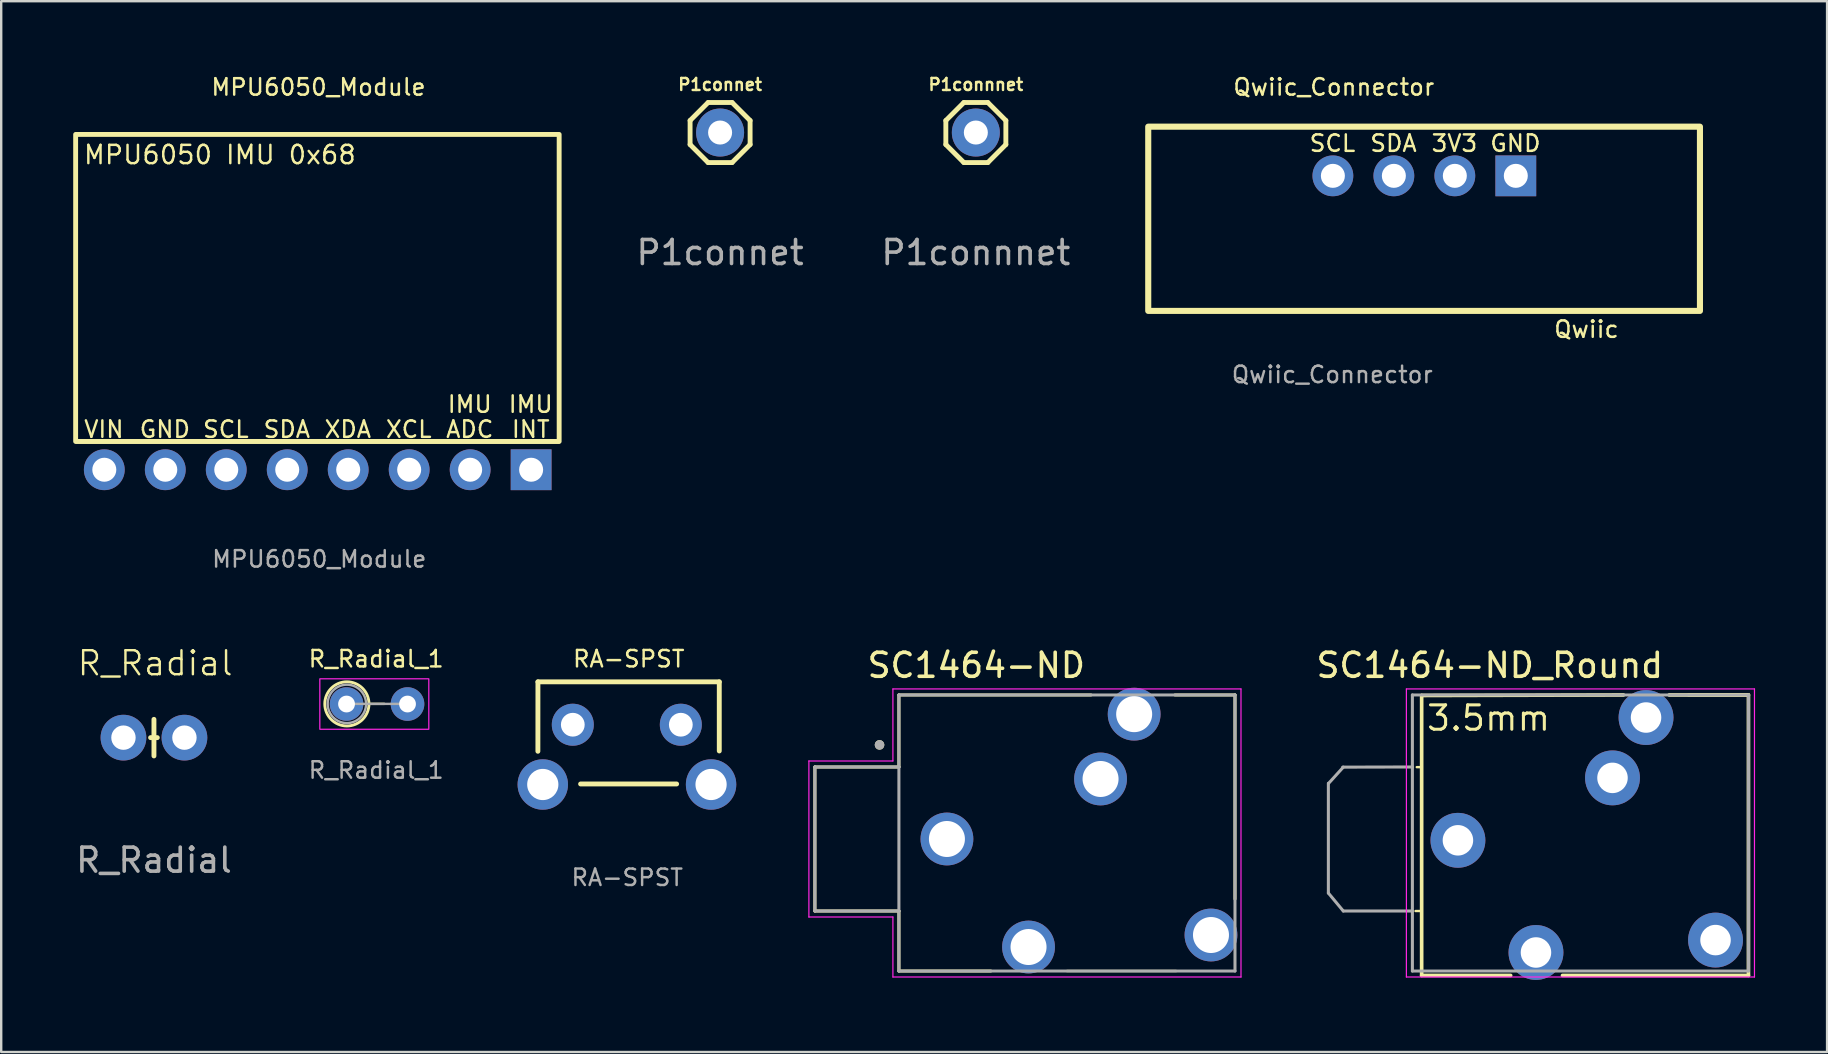
<source format=kicad_pcb>
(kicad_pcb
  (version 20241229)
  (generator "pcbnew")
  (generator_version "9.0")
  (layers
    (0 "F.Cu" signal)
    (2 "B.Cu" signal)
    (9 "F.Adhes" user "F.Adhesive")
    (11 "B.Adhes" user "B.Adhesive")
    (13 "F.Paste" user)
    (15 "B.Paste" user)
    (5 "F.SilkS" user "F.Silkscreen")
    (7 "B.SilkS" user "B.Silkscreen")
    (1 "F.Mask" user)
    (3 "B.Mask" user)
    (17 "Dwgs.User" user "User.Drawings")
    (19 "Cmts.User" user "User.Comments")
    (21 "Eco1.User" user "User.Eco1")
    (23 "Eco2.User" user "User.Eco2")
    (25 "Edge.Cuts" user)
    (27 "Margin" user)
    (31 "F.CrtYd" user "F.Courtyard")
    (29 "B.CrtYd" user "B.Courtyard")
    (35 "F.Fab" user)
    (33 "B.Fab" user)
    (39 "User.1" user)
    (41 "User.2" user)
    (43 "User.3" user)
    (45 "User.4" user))
  (footprint "Qwiic_Connector"
    (layer "F.Cu")
    (at 52.474 4.275)
    (property "Reference" "Qwiic_Connector" (at 0.038 -3.696 0) (unlocked yes) (layer "F.SilkS") (effects (font (size 0.686 0.686) (thickness 0.102))))
    (attr smd)
    (fp_rect (start -7.692 -2.048) (end 15.291 5.626) (stroke (width 0.254) (type solid)) (fill no) (layer "F.SilkS"))
    (fp_text user "SCL" (at -1.031 -0.953 0) (unlocked yes) (layer "F.SilkS") (effects (font (size 0.686 0.686) (thickness 0.102)) (justify left bottom)))
    (fp_text user "Qwiic" (at 9.157 6.795 0) (unlocked yes) (layer "F.SilkS") (effects (font (size 0.686 0.686) (thickness 0.102)) (justify left bottom)))
    (fp_text user "SDA" (at 1.493 -0.953 0) (unlocked yes) (layer "F.SilkS") (effects (font (size 0.686 0.686) (thickness 0.102)) (justify left bottom)))
    (fp_text user "GND" (at 6.491 -0.953 0) (unlocked yes) (layer "F.SilkS") (effects (font (size 0.686 0.686) (thickness 0.102)) (justify left bottom)))
    (fp_text user "3V3" (at 4.049 -0.953 0) (unlocked yes) (layer "F.SilkS") (effects (font (size 0.686 0.686) (thickness 0.102)) (justify left bottom)))
    (fp_text user "${REFERENCE}" (at -0.025 8.28 0) (unlocked yes) (layer "F.Fab") (effects (font (size 0.686 0.686) (thickness 0.102))))
    (pad "1" thru_hole circle (at 0 0 90) (size 1.7 1.7) (drill 1) (layers "*.Cu" "*.Mask"))
    (pad "2" thru_hole oval (at 2.54 0 90) (size 1.7 1.7) (drill 1) (layers "*.Cu" "*.Mask"))
    (pad "3" thru_hole oval (at 5.08 0 90) (size 1.7 1.7) (drill 1) (layers "*.Cu" "*.Mask"))
    (pad "4" thru_hole rect (at 7.62 0 90) (size 1.7 1.7) (drill 1) (layers "*.Cu" "*.Mask")))
  (footprint "P1connnet"
    (layer "F.Cu")
    (at 37.601 2.471)
    (property "Reference" "P1connnet" (at 0 -2 0) (unlocked yes) (layer "F.SilkS") (effects (font (size 0.5 0.5) (thickness 0.102))))
    (attr through_hole)
    (fp_line (start -1.25 -0.5) (end -0.5 -1.25) (stroke (width 0.203) (type solid)) (layer "F.SilkS"))
    (fp_line (start -1.25 0.5) (end -1.25 -0.5) (stroke (width 0.203) (type solid)) (layer "F.SilkS"))
    (fp_line (start -0.5 -1.25) (end 0.5 -1.25) (stroke (width 0.203) (type solid)) (layer "F.SilkS"))
    (fp_line (start -0.5 1.25) (end -1.25 0.5) (stroke (width 0.203) (type solid)) (layer "F.SilkS"))
    (fp_line (start 0.5 -1.25) (end 1.25 -0.5) (stroke (width 0.203) (type solid)) (layer "F.SilkS"))
    (fp_line (start 0.5 1.25) (end -0.5 1.25) (stroke (width 0.203) (type solid)) (layer "F.SilkS"))
    (fp_line (start 1.25 -0.5) (end 1.25 0.5) (stroke (width 0.203) (type solid)) (layer "F.SilkS"))
    (fp_line (start 1.25 0.5) (end 0.5 1.25) (stroke (width 0.203) (type solid)) (layer "F.SilkS"))
    (fp_text user "${REFERENCE}" (at 0 5 0) (unlocked yes) (layer "F.Fab") (effects (font (size 1 1) (thickness 0.15))))
    (pad "1" thru_hole circle (at 0 0) (size 2 2) (drill 1) (layers "*.Cu" "*.Mask")))
  (footprint "MPU6050_Module"
    (layer "F.Cu")
    (at 10.198 13.915)
    (property "Reference" "MPU6050_Module" (at 0.019 -13.335 0) (unlocked yes) (layer "F.SilkS") (effects (font (size 0.686 0.686) (thickness 0.102))))
    (attr smd)
    (fp_line (start -10.071 1.473) (end 10.033 1.473) (stroke (width 0.1) (type solid)) (layer "F.SilkS"))
    (fp_rect (start -10.097 -11.365) (end 10.045 1.424) (stroke (width 0.203) (type solid)) (fill no) (layer "F.SilkS"))
    (fp_text user "SCL" (at -4.854 1.321 0) (unlocked yes) (layer "F.SilkS") (effects (font (size 0.686 0.686) (thickness 0.102)) (justify left bottom)))
    (fp_text user "XCL" (at 2.766 1.321 0) (unlocked yes) (layer "F.SilkS") (effects (font (size 0.686 0.686) (thickness 0.102)) (justify left bottom)))
    (fp_text user "SDA" (at -2.33 1.321 0) (unlocked yes) (layer "F.SilkS") (effects (font (size 0.686 0.686) (thickness 0.102)) (justify left bottom)))
    (fp_text user "GND" (at -7.492 1.321 0) (unlocked yes) (layer "F.SilkS") (effects (font (size 0.686 0.686) (thickness 0.102)) (justify left bottom)))
    (fp_text user "XDA" (at 0.21 1.321 0) (unlocked yes) (layer "F.SilkS") (effects (font (size 0.686 0.686) (thickness 0.102)) (justify left bottom)))
    (fp_text user "IMU" (at 5.339 0.279 0) (unlocked yes) (layer "F.SilkS") (effects (font (size 0.686 0.686) (thickness 0.102)) (justify left bottom)))
    (fp_text user "VIN" (at -9.803 1.321 0) (unlocked yes) (layer "F.SilkS") (effects (font (size 0.686 0.686) (thickness 0.102)) (justify left bottom)))
    (fp_text user "INT" (at 8.01 1.321 0) (unlocked yes) (layer "F.SilkS") (effects (font (size 0.686 0.686) (thickness 0.102)) (justify left bottom)))
    (fp_text user "IMU" (at 7.879 0.279 0) (unlocked yes) (layer "F.SilkS") (effects (font (size 0.686 0.686) (thickness 0.102)) (justify left bottom)))
    (fp_text user "MPU6050 IMU 0x68" (at -9.817 -10.071 0) (unlocked yes) (layer "F.SilkS") (effects (font (size 0.762 0.762) (thickness 0.102)) (justify left bottom)))
    (fp_text user "ADC" (at 5.274 1.321 0) (unlocked yes) (layer "F.SilkS") (effects (font (size 0.686 0.686) (thickness 0.102)) (justify left bottom)))
    (fp_text user "${REFERENCE}" (at 0.051 6.325 0) (unlocked yes) (layer "F.Fab") (effects (font (size 0.686 0.686) (thickness 0.102))))
    (pad "1" thru_hole rect (at 8.877 2.603 270) (size 1.7 1.7) (drill 1) (layers "*.Cu" "*.Mask"))
    (pad "2" thru_hole oval (at 6.337 2.603 270) (size 1.7 1.7) (drill 1) (layers "*.Cu" "*.Mask"))
    (pad "3" thru_hole oval (at 3.797 2.603 270) (size 1.7 1.7) (drill 1) (layers "*.Cu" "*.Mask"))
    (pad "4" thru_hole oval (at 1.257 2.603 270) (size 1.7 1.7) (drill 1) (layers "*.Cu" "*.Mask"))
    (pad "5" thru_hole oval (at -1.283 2.603 270) (size 1.7 1.7) (drill 1) (layers "*.Cu" "*.Mask"))
    (pad "6" thru_hole oval (at -3.823 2.603 270) (size 1.7 1.7) (drill 1) (layers "*.Cu" "*.Mask"))
    (pad "7" thru_hole oval (at -6.363 2.603 270) (size 1.7 1.7) (drill 1) (layers "*.Cu" "*.Mask"))
    (pad "8" thru_hole oval (at -8.903 2.603 270) (size 1.7 1.7) (drill 1) (layers "*.Cu" "*.Mask")))
  (footprint "RA-SPST"
    (layer "F.Cu")
    (at 23.129 27.179)
    (property "Reference" "RA-SPST" (at 0.013 -2.781 0) (unlocked yes) (layer "F.SilkS") (effects (font (size 0.686 0.686) (thickness 0.102))))
    (attr smd)
    (fp_line (start -3.77 -1.825) (end -3.772 1.067) (stroke (width 0.203) (type solid)) (layer "F.SilkS"))
    (fp_line (start -1.993 2.429) (end 2.007 2.429) (stroke (width 0.203) (type solid)) (layer "F.SilkS"))
    (fp_line (start 3.784 -1.825) (end -3.77 -1.825) (stroke (width 0.203) (type solid)) (layer "F.SilkS"))
    (fp_line (start 3.784 1.054) (end 3.784 -1.825) (stroke (width 0.203) (type solid)) (layer "F.SilkS"))
    (fp_text user "${REFERENCE}" (at -0.051 6.325 0) (unlocked yes) (layer "F.Fab") (effects (font (size 0.686 0.686) (thickness 0.102))))
    (pad "" thru_hole circle (at -3.568 2.451) (size 2.1 2.1) (drill 1.3) (layers "*.Cu" "*.Mask"))
    (pad "" thru_hole circle (at 3.442 2.451) (size 2.1 2.1) (drill 1.3) (layers "*.Cu" "*.Mask"))
    (pad "1" thru_hole circle (at -2.318 -0.039) (size 1.75 1.75) (drill 0.99) (layers "*.Cu" "*.Mask"))
    (pad "2" thru_hole circle (at 2.182 -0.039) (size 1.75 1.75) (drill 0.99) (layers "*.Cu" "*.Mask")))
  (footprint "SC1464-ND"
    (layer "F.Cu")
    (at 39.646 31.65)
    (property "Reference" "SC1464-ND" (at -2.026 -6.984 0) (layer "F.SilkS") (effects (font (size 1 1) (thickness 0.15))))
    (attr through_hole)
    (fp_line (start -8.75 -2.75) (end -5.25 -2.75) (stroke (width 0.127) (type solid)) (layer "F.SilkS"))
    (fp_line (start -8.75 3.25) (end -8.75 -2.75) (stroke (width 0.127) (type solid)) (layer "F.SilkS"))
    (fp_line (start -5.25 -5.75) (end 2.75 -5.75) (stroke (width 0.127) (type solid)) (layer "F.SilkS"))
    (fp_line (start -5.25 -2.75) (end -5.25 -5.75) (stroke (width 0.127) (type solid)) (layer "F.SilkS"))
    (fp_line (start -5.25 3.25) (end -8.75 3.25) (stroke (width 0.127) (type solid)) (layer "F.SilkS"))
    (fp_line (start -5.25 5.75) (end -5.25 3.25) (stroke (width 0.127) (type solid)) (layer "F.SilkS"))
    (fp_line (start -1.422 5.75) (end -5.25 5.75) (stroke (width 0.127) (type solid)) (layer "F.SilkS"))
    (fp_line (start 1.75 5.75) (end 6.299 5.75) (stroke (width 0.1) (type default)) (layer "F.SilkS"))
    (fp_line (start 6.25 -5.75) (end 8.75 -5.75) (stroke (width 0.127) (type solid)) (layer "F.SilkS"))
    (fp_line (start 8.75 -5.75) (end 8.75 2.75) (stroke (width 0.127) (type solid)) (layer "F.SilkS"))
    (fp_circle (center -6.057 -3.67) (end -5.957 -3.67) (stroke (width 0.2) (type solid)) (fill no) (layer "F.SilkS"))
    (fp_line (start -9 -3) (end -9 3.5) (stroke (width 0.05) (type solid)) (layer "F.CrtYd"))
    (fp_line (start -9 3.5) (end -5.5 3.5) (stroke (width 0.05) (type solid)) (layer "F.CrtYd"))
    (fp_line (start -5.5 -6) (end -5.5 -3) (stroke (width 0.05) (type solid)) (layer "F.CrtYd"))
    (fp_line (start -5.5 -3) (end -9 -3) (stroke (width 0.05) (type solid)) (layer "F.CrtYd"))
    (fp_line (start -5.5 3.5) (end -5.5 6) (stroke (width 0.05) (type solid)) (layer "F.CrtYd"))
    (fp_line (start -5.5 6) (end 9 6) (stroke (width 0.05) (type solid)) (layer "F.CrtYd"))
    (fp_line (start 9 -6) (end -5.5 -6) (stroke (width 0.05) (type solid)) (layer "F.CrtYd"))
    (fp_line (start 9 -6) (end 9 6) (stroke (width 0.05) (type solid)) (layer "F.CrtYd"))
    (fp_line (start -8.75 -2.75) (end -8.75 3.25) (stroke (width 0.127) (type solid)) (layer "F.Fab"))
    (fp_line (start -8.75 3.25) (end -5.25 3.25) (stroke (width 0.127) (type solid)) (layer "F.Fab"))
    (fp_line (start -5.25 -5.75) (end -5.25 -2.75) (stroke (width 0.127) (type solid)) (layer "F.Fab"))
    (fp_line (start -5.25 -5.75) (end 8.75 -5.75) (stroke (width 0.127) (type solid)) (layer "F.Fab"))
    (fp_line (start -5.25 -2.75) (end -8.75 -2.75) (stroke (width 0.127) (type solid)) (layer "F.Fab"))
    (fp_line (start -5.25 -2.75) (end -5.25 3.25) (stroke (width 0.127) (type solid)) (layer "F.Fab"))
    (fp_line (start -5.25 3.25) (end -5.25 5.75) (stroke (width 0.127) (type solid)) (layer "F.Fab"))
    (fp_line (start 8.75 -5.75) (end 8.75 5.75) (stroke (width 0.127) (type solid)) (layer "F.Fab"))
    (fp_line (start 8.75 5.75) (end -5.25 5.75) (stroke (width 0.127) (type solid)) (layer "F.Fab"))
    (fp_circle (center -6.057 -3.67) (end -5.957 -3.67) (stroke (width 0.2) (type solid)) (fill no) (layer "F.Fab"))
    (pad "1" thru_hole circle (at -3.25 0.25) (size 2.2 2.2) (drill 1.5) (layers "*.Cu" "*.Mask"))
    (pad "2" thru_hole circle (at 4.55 -4.95) (size 2.2 2.2) (drill 1.5) (layers "*.Cu" "*.Mask"))
    (pad "3" thru_hole circle (at 3.15 -2.25) (size 2.2 2.2) (drill 1.5) (layers "*.Cu" "*.Mask"))
    (pad "4" thru_hole circle (at 7.75 4.25) (size 2.2 2.2) (drill 1.5) (layers "*.Cu" "*.Mask"))
    (pad "5" thru_hole circle (at 0.15 4.75) (size 2.2 2.2) (drill 1.5) (layers "*.Cu" "*.Mask")))
  (footprint "P1connet"
    (layer "F.Cu")
    (at 26.947 2.471)
    (property "Reference" "P1connet" (at 0 -2 0) (unlocked yes) (layer "F.SilkS") (effects (font (size 0.5 0.5) (thickness 0.102))))
    (attr through_hole)
    (fp_line (start -1.25 -0.5) (end -0.5 -1.25) (stroke (width 0.203) (type solid)) (layer "F.SilkS"))
    (fp_line (start -1.25 0.5) (end -1.25 -0.5) (stroke (width 0.203) (type solid)) (layer "F.SilkS"))
    (fp_line (start -0.5 -1.25) (end 0.5 -1.25) (stroke (width 0.203) (type solid)) (layer "F.SilkS"))
    (fp_line (start -0.5 1.25) (end -1.25 0.5) (stroke (width 0.203) (type solid)) (layer "F.SilkS"))
    (fp_line (start 0.5 -1.25) (end 1.25 -0.5) (stroke (width 0.203) (type solid)) (layer "F.SilkS"))
    (fp_line (start 0.5 1.25) (end -0.5 1.25) (stroke (width 0.203) (type solid)) (layer "F.SilkS"))
    (fp_line (start 1.25 -0.5) (end 1.25 0.5) (stroke (width 0.203) (type solid)) (layer "F.SilkS"))
    (fp_line (start 1.25 0.5) (end 0.5 1.25) (stroke (width 0.203) (type solid)) (layer "F.SilkS"))
    (fp_text user "${REFERENCE}" (at 0 5 0) (unlocked yes) (layer "F.Fab") (effects (font (size 1 1) (thickness 0.15))))
    (pad "1" thru_hole circle (at 0 0) (size 2 2) (drill 1) (layers "*.Cu" "*.Mask")))
  (footprint "SC1464-ND_Round"
    (layer "F.Cu")
    (at 61.036 31.65)
    (property "Reference" "SC1464-ND_Round" (at -2.026 -6.984 0) (layer "F.SilkS") (effects (font (size 1 1) (thickness 0.15))))
    (attr through_hole)
    (fp_line (start -4.864 -2.743) (end -5.067 -2.743) (stroke (width 0.1) (type default)) (layer "F.SilkS"))
    (fp_line (start -4.864 3.251) (end -5.118 3.251) (stroke (width 0.1) (type default)) (layer "F.SilkS"))
    (fp_line (start -4.864 5.934) (end -4.864 -5.728) (stroke (width 0.152) (type solid)) (layer "F.SilkS"))
    (fp_line (start -4.864 5.934) (end -1.156 5.934) (stroke (width 0.152) (type solid)) (layer "F.SilkS"))
    (fp_line (start 1.003 5.934) (end 8.75 5.934) (stroke (width 0.152) (type solid)) (layer "F.SilkS"))
    (fp_line (start 3.543 -5.75) (end -4.864 -5.728) (stroke (width 0.152) (type solid)) (layer "F.SilkS"))
    (fp_line (start 6.25 -5.75) (end 8.75 -5.75) (stroke (width 0.127) (type solid)) (layer "F.SilkS"))
    (fp_line (start 8.75 -5.75) (end 5.448 -5.75) (stroke (width 0.152) (type solid)) (layer "F.SilkS"))
    (fp_line (start 8.75 5.934) (end 8.75 -5.75) (stroke (width 0.152) (type solid)) (layer "F.SilkS"))
    (fp_line (start -5.5 -6) (end -5.5 -3) (stroke (width 0.05) (type solid)) (layer "F.CrtYd"))
    (fp_line (start -5.5 3.5) (end -5.5 6) (stroke (width 0.05) (type solid)) (layer "F.CrtYd"))
    (fp_line (start -5.5 6) (end 9 6) (stroke (width 0.05) (type solid)) (layer "F.CrtYd"))
    (fp_line (start -5.499 -3.007) (end -5.499 3.493) (stroke (width 0.05) (type solid)) (layer "F.CrtYd"))
    (fp_line (start 9 -6) (end -5.5 -6) (stroke (width 0.05) (type solid)) (layer "F.CrtYd"))
    (fp_line (start 9 -6) (end 9 6) (stroke (width 0.05) (type solid)) (layer "F.CrtYd"))
    (fp_line (start -8.75 2.502) (end -8.128 3.251) (stroke (width 0.127) (type solid)) (layer "F.Fab"))
    (fp_line (start -8.75 -2.07) (end -8.75 2.502) (stroke (width 0.127) (type solid)) (layer "F.Fab"))
    (fp_line (start -8.738 -2.07) (end -8.128 -2.743) (stroke (width 0.127) (type solid)) (layer "F.Fab"))
    (fp_line (start -8.128 3.25) (end -5.25 3.25) (stroke (width 0.127) (type solid)) (layer "F.Fab"))
    (fp_line (start -5.25 -5.75) (end -5.25 -2.75) (stroke (width 0.127) (type solid)) (layer "F.Fab"))
    (fp_line (start -5.25 -5.75) (end 8.75 -5.75) (stroke (width 0.127) (type solid)) (layer "F.Fab"))
    (fp_line (start -5.25 -2.75) (end -8.153 -2.743) (stroke (width 0.127) (type solid)) (layer "F.Fab"))
    (fp_line (start -5.25 -2.75) (end -5.25 3.25) (stroke (width 0.127) (type solid)) (layer "F.Fab"))
    (fp_line (start -5.25 3.25) (end -5.25 5.75) (stroke (width 0.127) (type solid)) (layer "F.Fab"))
    (fp_line (start 8.75 -5.75) (end 8.75 5.75) (stroke (width 0.127) (type solid)) (layer "F.Fab"))
    (fp_line (start 8.75 5.75) (end -5.25 5.75) (stroke (width 0.127) (type solid)) (layer "F.Fab"))
    (fp_text user "3.5mm" (at -4.724 -4.191 0) (unlocked yes) (layer "F.SilkS") (effects (font (size 1.016 1.016) (thickness 0.127)) (justify left bottom)))
    (pad "1" thru_hole circle (at -3.353 0.305) (size 2.286 2.286) (drill 1.27) (layers "*.Cu" "*.Mask"))
    (pad "2" thru_hole circle (at 4.483 -4.81) (size 2.286 2.286) (drill 1.27) (layers "*.Cu" "*.Mask"))
    (pad "3" thru_hole circle (at 3.086 -2.296) (size 2.286 2.286) (drill 1.27) (layers "*.Cu" "*.Mask"))
    (pad "4" thru_hole circle (at 7.378 4.461) (size 2.286 2.286) (drill 1.27) (layers "*.Cu" "*.Mask"))
    (pad "5" thru_hole circle (at -0.102 4.978) (size 2.286 2.286) (drill 1.27) (layers "*.Cu" "*.Mask")))
  (footprint "R_Radial"
    (layer "F.Cu")
    (at 3.363 27.678)
    (property "Reference" "R_Radial" (at 0.051 -3.099 0) (unlocked yes) (layer "F.SilkS") (effects (font (size 1 1) (thickness 0.1))))
    (attr smd)
    (fp_line (start 0 0) (end -0.14 0) (stroke (width 0.203) (type solid)) (layer "F.SilkS"))
    (fp_line (start 0 0) (end 0 -0.762) (stroke (width 0.203) (type solid)) (layer "F.SilkS"))
    (fp_line (start 0 0) (end 0 0.762) (stroke (width 0.203) (type solid)) (layer "F.SilkS"))
    (fp_line (start 0.14 0) (end 0 0) (stroke (width 0.203) (type solid)) (layer "F.SilkS"))
    (fp_text user "${REFERENCE}" (at 0 5.105 0) (unlocked yes) (layer "F.Fab") (effects (font (size 1 1) (thickness 0.15))))
    (pad "1" thru_hole circle (at -1.27 0) (size 1.905 1.905) (drill 1.016) (layers "*.Cu" "*.Mask"))
    (pad "2" thru_hole circle (at 1.27 0) (size 1.905 1.905) (drill 1.016) (layers "*.Cu" "*.Mask")))
  (footprint "R_Radial_1"
    (layer "F.Cu")
    (at 12.606 26.265)
    (property "Reference" "R_Radial_1" (at 0.013 -1.867 0) (unlocked yes) (layer "F.SilkS") (effects (font (size 0.686 0.686) (thickness 0.102))))
    (attr smd)
    (fp_line (start -0.286 0.007) (end 0.356 0.007) (stroke (width 0.1) (type default)) (layer "F.SilkS"))
    (fp_circle (center -1.206 0.007) (end -0.286 0.007) (stroke (width 0.12) (type solid)) (fill no) (layer "F.SilkS"))
    (fp_rect (start -2.333 -1.037) (end 2.207 1.063) (stroke (width 0.05) (type default)) (fill no) (layer "F.CrtYd"))
    (fp_line (start -1.206 0.007) (end 1.333 0.007) (stroke (width 0.1) (type solid)) (layer "F.Fab"))
    (fp_circle (center -1.206 0.007) (end -0.406 0.007) (stroke (width 0.1) (type solid)) (fill no) (layer "F.Fab"))
    (fp_text user "${REFERENCE}" (at 0.013 2.769 0) (unlocked yes) (layer "F.Fab") (effects (font (size 0.686 0.686) (thickness 0.102))))
    (pad "1" thru_hole circle (at -1.22 0.013) (size 1.4 1.4) (drill 0.7) (layers "*.Cu" "*.Mask"))
    (pad "2" thru_hole oval (at 1.32 0.013) (size 1.4 1.4) (drill 0.7) (layers "*.Cu" "*.Mask")))
  (gr_rect
    (start -3 -3)
    (end 73.061 40.772)
    (stroke (width 0.1) (type default))
    (fill no)
    (layer "Edge.Cuts")))
</source>
